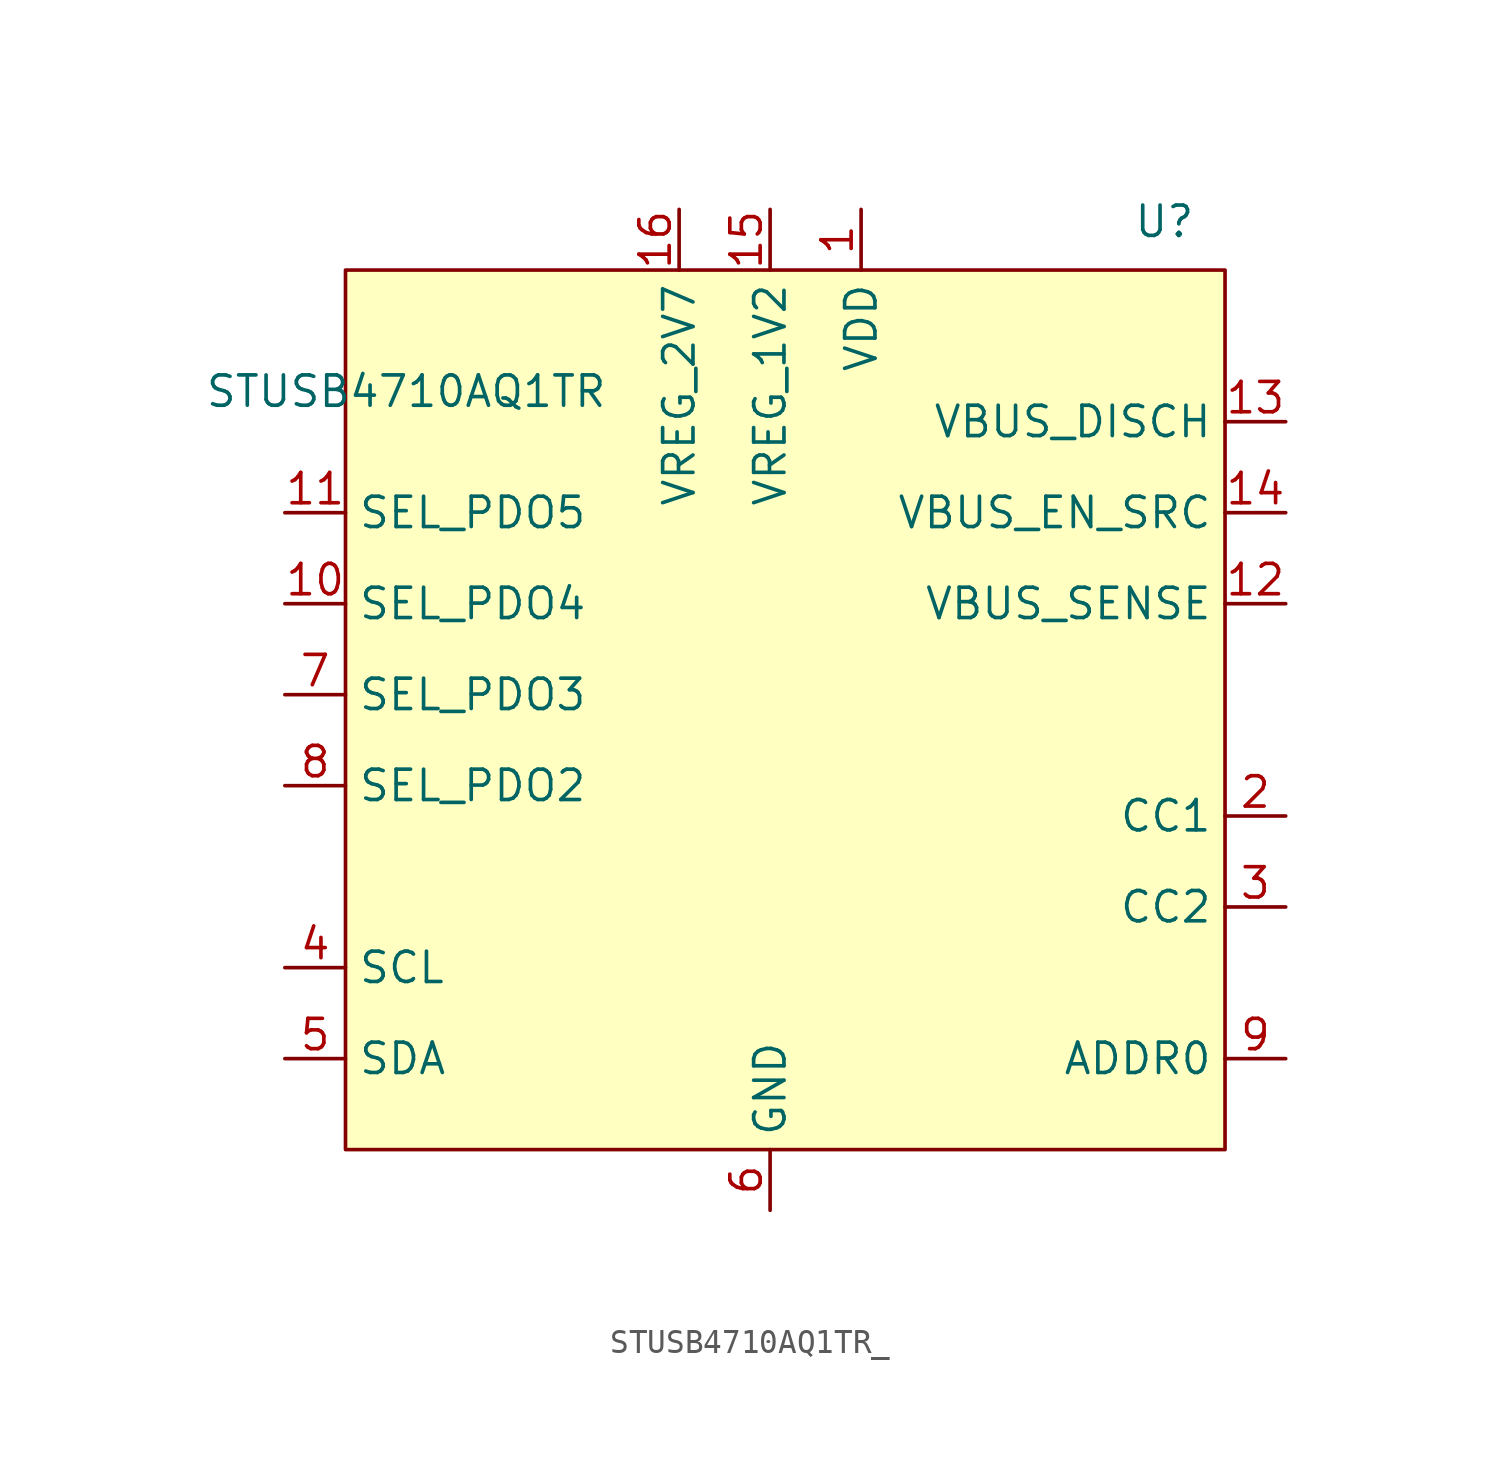
<source format=kicad_sym>
(kicad_symbol_lib
  (version 20241209)
  (generator "kicad_symbol_editor")
  (generator_version "9.0")
  (symbol "STUSB4710AQ1TR_"
    (property "Reference" "U"
      (at 31.75 7.112 0)
      (effects (font (size 1.27 1.27))))
    (property "Value" "STUSB4710AQ1TR"
      (at 0 0 0)
      (effects (font (size 1.27 1.27))))
    (symbol "STUSB4710AQ1TR__0_0"
      (pin passive line (at -5.08 -5.08 0) (length 2.54) (name "SEL_PDO5" (effects (font (size 1.27 1.27)))) (number "11" (effects (font (size 1.27 1.27)))))
      (pin passive line (at -5.08 -8.89 0) (length 2.54) (name "SEL_PDO4" (effects (font (size 1.27 1.27)))) (number "10" (effects (font (size 1.27 1.27)))))
      (pin passive line (at -5.08 -12.7 0) (length 2.54) (name "SEL_PDO3" (effects (font (size 1.27 1.27)))) (number "7" (effects (font (size 1.27 1.27)))))
      (pin passive line (at -5.08 -16.51 0) (length 2.54) (name "SEL_PDO2" (effects (font (size 1.27 1.27)))) (number "8" (effects (font (size 1.27 1.27)))))
      (pin passive line (at -5.08 -24.13 0) (length 2.54) (name "SCL" (effects (font (size 1.27 1.27)))) (number "4" (effects (font (size 1.27 1.27)))))
      (pin passive line (at -5.08 -27.94 0) (length 2.54) (name "SDA" (effects (font (size 1.27 1.27)))) (number "5" (effects (font (size 1.27 1.27)))))
      (pin passive line (at 11.43 7.62 270) (length 2.54) (name "VREG_2V7" (effects (font (size 1.27 1.27)))) (number "16" (effects (font (size 1.27 1.27)))))
      (pin passive line (at 15.24 7.62 270) (length 2.54) (name "VREG_1V2" (effects (font (size 1.27 1.27)))) (number "15" (effects (font (size 1.27 1.27)))))
      (pin passive line (at 15.24 -34.29 90) (length 2.54) (name "GND" (effects (font (size 1.27 1.27)))) (number "6" (effects (font (size 1.27 1.27)))))
      (pin passive line (at 19.05 7.62 270) (length 2.54) (name "VDD" (effects (font (size 1.27 1.27)))) (number "1" (effects (font (size 1.27 1.27)))))
      (pin passive line (at 36.83 -1.27 180) (length 2.54) (name "VBUS_DISCH" (effects (font (size 1.27 1.27)))) (number "13" (effects (font (size 1.27 1.27)))))
      (pin passive line (at 36.83 -5.08 180) (length 2.54) (name "VBUS_EN_SRC" (effects (font (size 1.27 1.27)))) (number "14" (effects (font (size 1.27 1.27)))))
      (pin passive line (at 36.83 -8.89 180) (length 2.54) (name "VBUS_SENSE" (effects (font (size 1.27 1.27)))) (number "12" (effects (font (size 1.27 1.27)))))
      (pin passive line (at 36.83 -17.78 180) (length 2.54) (name "CC1" (effects (font (size 1.27 1.27)))) (number "2" (effects (font (size 1.27 1.27)))))
      (pin passive line (at 36.83 -21.59 180) (length 2.54) (name "CC2" (effects (font (size 1.27 1.27)))) (number "3" (effects (font (size 1.27 1.27)))))
      (pin passive line (at 36.83 -27.94 180) (length 2.54) (name "ADDR0" (effects (font (size 1.27 1.27)))) (number "9" (effects (font (size 1.27 1.27))))))
    (symbol "STUSB4710AQ1TR__1_1"
      (rectangle (start -2.54 5.08) (end 34.29 -31.75) (stroke (width 0) (type solid)) (fill (type background))))))
</source>
